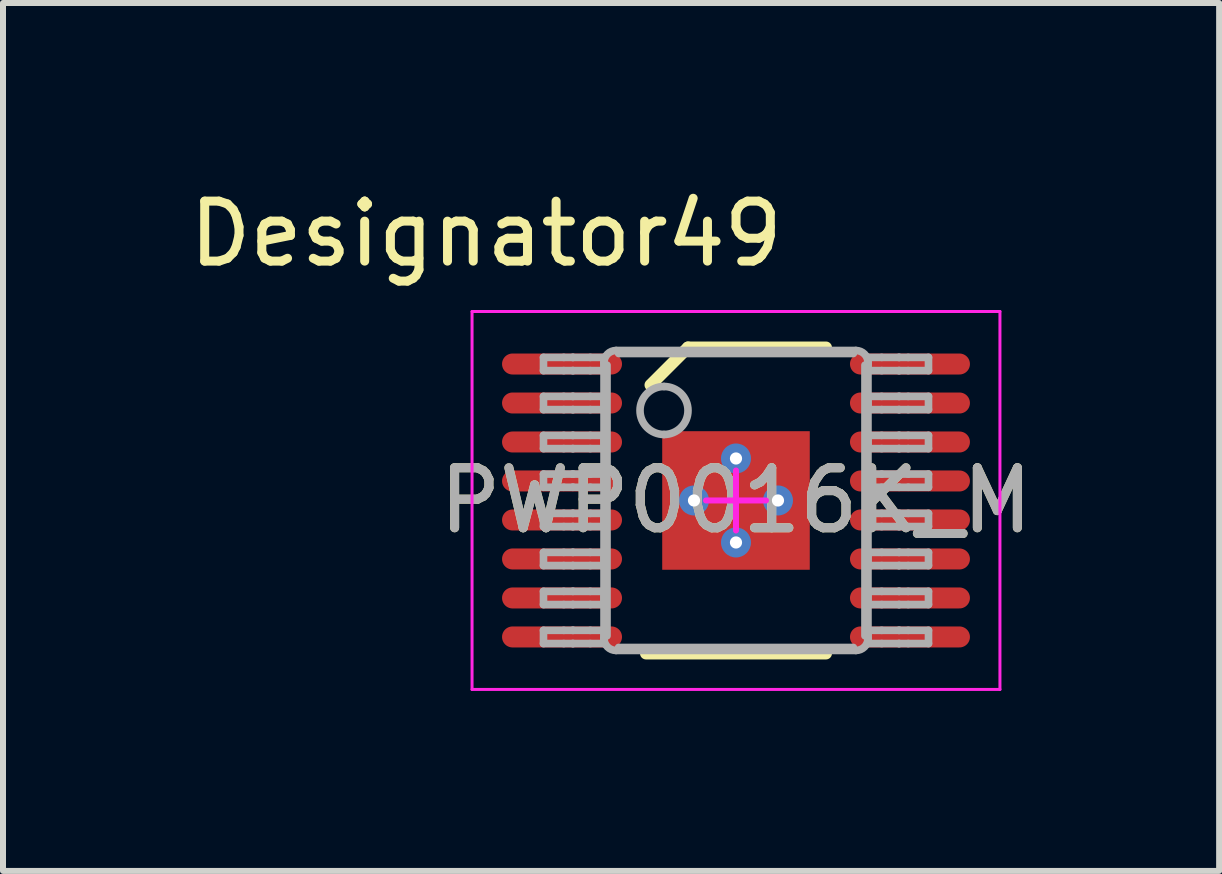
<source format=kicad_pcb>
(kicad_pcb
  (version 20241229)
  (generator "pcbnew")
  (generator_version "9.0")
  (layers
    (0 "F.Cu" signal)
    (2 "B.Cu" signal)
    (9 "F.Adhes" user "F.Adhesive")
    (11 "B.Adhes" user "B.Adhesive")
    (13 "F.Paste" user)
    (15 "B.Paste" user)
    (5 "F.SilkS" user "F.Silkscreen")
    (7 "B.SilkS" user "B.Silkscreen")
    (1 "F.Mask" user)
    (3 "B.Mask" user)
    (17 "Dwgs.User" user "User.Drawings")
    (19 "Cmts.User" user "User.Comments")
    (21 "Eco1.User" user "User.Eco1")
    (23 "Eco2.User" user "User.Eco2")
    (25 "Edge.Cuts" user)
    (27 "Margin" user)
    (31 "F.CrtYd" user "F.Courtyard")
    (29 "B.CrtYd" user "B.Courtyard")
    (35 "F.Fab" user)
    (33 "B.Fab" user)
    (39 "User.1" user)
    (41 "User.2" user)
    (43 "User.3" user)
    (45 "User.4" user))
  (footprint "PWP0016K_M"
    (layer "F.Cu")
    (at 9.219 5.293)
    (property "Reference" "PWP0016K_M" (at 0 0 0) (unlocked yes) (layer "F.SilkS") (effects (font (size 1 1) (thickness 0.15))))
    (attr smd)
    (fp_line (start -1.5 2.55) (end 1.5 2.55) (stroke (width 0.2) (type solid)) (layer "F.SilkS"))
    (fp_line (start -1.425 -1.925) (end -0.8 -2.55) (stroke (width 0.2) (type solid)) (layer "F.SilkS"))
    (fp_line (start -0.8 -2.55) (end 1.5 -2.55) (stroke (width 0.2) (type solid)) (layer "F.SilkS"))
    (fp_line (start -4.4 -3.15) (end 4.4 -3.15) (stroke (width 0.05) (type solid)) (layer "F.CrtYd"))
    (fp_line (start -4.4 3.15) (end -4.4 -3.15) (stroke (width 0.05) (type solid)) (layer "F.CrtYd"))
    (fp_line (start -4.4 3.15) (end 4.4 3.15) (stroke (width 0.05) (type solid)) (layer "F.CrtYd"))
    (fp_line (start -0.5 0.000003) (end 0.5 0.000003) (stroke (width 0.1) (type solid)) (layer "F.CrtYd"))
    (fp_line (start 0 0.5) (end 0 -0.5) (stroke (width 0.1) (type solid)) (layer "F.CrtYd"))
    (fp_line (start 4.4 3.15) (end 4.4 -3.15) (stroke (width 0.05) (type solid)) (layer "F.CrtYd"))
    (fp_line (start -3.209 -2.385) (end -2.871 -2.385) (stroke (width 0.127) (type solid)) (layer "F.Fab"))
    (fp_line (start -3.209 -2.165) (end -3.209 -2.385) (stroke (width 0.127) (type solid)) (layer "F.Fab"))
    (fp_line (start -3.209 -2.165) (end -2.871 -2.165) (stroke (width 0.127) (type solid)) (layer "F.Fab"))
    (fp_line (start -3.209 -1.735) (end -2.871 -1.735) (stroke (width 0.127) (type solid)) (layer "F.Fab"))
    (fp_line (start -3.209 -1.515) (end -3.209 -1.735) (stroke (width 0.127) (type solid)) (layer "F.Fab"))
    (fp_line (start -3.209 -1.515) (end -2.871 -1.515) (stroke (width 0.127) (type solid)) (layer "F.Fab"))
    (fp_line (start -3.209 -1.085) (end -2.871 -1.085) (stroke (width 0.127) (type solid)) (layer "F.Fab"))
    (fp_line (start -3.209 -0.865) (end -3.209 -1.085) (stroke (width 0.127) (type solid)) (layer "F.Fab"))
    (fp_line (start -3.209 -0.865) (end -2.871 -0.865) (stroke (width 0.127) (type solid)) (layer "F.Fab"))
    (fp_line (start -3.209 -0.44) (end -2.871 -0.44) (stroke (width 0.127) (type solid)) (layer "F.Fab"))
    (fp_line (start -3.209 -0.22) (end -3.209 -0.44) (stroke (width 0.127) (type solid)) (layer "F.Fab"))
    (fp_line (start -3.209 -0.22) (end -2.871 -0.22) (stroke (width 0.127) (type solid)) (layer "F.Fab"))
    (fp_line (start -3.209 0.215) (end -2.871 0.215) (stroke (width 0.127) (type solid)) (layer "F.Fab"))
    (fp_line (start -3.209 0.435) (end -3.209 0.215) (stroke (width 0.127) (type solid)) (layer "F.Fab"))
    (fp_line (start -3.209 0.435) (end -2.871 0.435) (stroke (width 0.127) (type solid)) (layer "F.Fab"))
    (fp_line (start -3.209 0.865) (end -2.871 0.865) (stroke (width 0.127) (type solid)) (layer "F.Fab"))
    (fp_line (start -3.209 1.085) (end -3.209 0.865) (stroke (width 0.127) (type solid)) (layer "F.Fab"))
    (fp_line (start -3.209 1.085) (end -2.871 1.085) (stroke (width 0.127) (type solid)) (layer "F.Fab"))
    (fp_line (start -3.209 1.515) (end -2.871 1.515) (stroke (width 0.127) (type solid)) (layer "F.Fab"))
    (fp_line (start -3.209 1.735) (end -3.209 1.515) (stroke (width 0.127) (type solid)) (layer "F.Fab"))
    (fp_line (start -3.209 1.735) (end -2.871 1.735) (stroke (width 0.127) (type solid)) (layer "F.Fab"))
    (fp_line (start -3.209 2.165) (end -2.871 2.165) (stroke (width 0.127) (type solid)) (layer "F.Fab"))
    (fp_line (start -3.209 2.385) (end -3.209 2.165) (stroke (width 0.127) (type solid)) (layer "F.Fab"))
    (fp_line (start -3.209 2.385) (end -2.871 2.385) (stroke (width 0.127) (type solid)) (layer "F.Fab"))
    (fp_line (start -2.871 -2.385) (end -2.723 -2.385) (stroke (width 0.127) (type solid)) (layer "F.Fab"))
    (fp_line (start -2.871 -2.165) (end -2.723 -2.165) (stroke (width 0.127) (type solid)) (layer "F.Fab"))
    (fp_line (start -2.871 -1.735) (end -2.723 -1.735) (stroke (width 0.127) (type solid)) (layer "F.Fab"))
    (fp_line (start -2.871 -1.515) (end -2.723 -1.515) (stroke (width 0.127) (type solid)) (layer "F.Fab"))
    (fp_line (start -2.871 -1.085) (end -2.723 -1.085) (stroke (width 0.127) (type solid)) (layer "F.Fab"))
    (fp_line (start -2.871 -0.865) (end -2.723 -0.865) (stroke (width 0.127) (type solid)) (layer "F.Fab"))
    (fp_line (start -2.871 -0.44) (end -2.723 -0.44) (stroke (width 0.127) (type solid)) (layer "F.Fab"))
    (fp_line (start -2.871 -0.22) (end -2.723 -0.22) (stroke (width 0.127) (type solid)) (layer "F.Fab"))
    (fp_line (start -2.871 0.215) (end -2.723 0.215) (stroke (width 0.127) (type solid)) (layer "F.Fab"))
    (fp_line (start -2.871 0.435) (end -2.723 0.435) (stroke (width 0.127) (type solid)) (layer "F.Fab"))
    (fp_line (start -2.871 0.865) (end -2.723 0.865) (stroke (width 0.127) (type solid)) (layer "F.Fab"))
    (fp_line (start -2.871 1.085) (end -2.723 1.085) (stroke (width 0.127) (type solid)) (layer "F.Fab"))
    (fp_line (start -2.871 1.515) (end -2.723 1.515) (stroke (width 0.127) (type solid)) (layer "F.Fab"))
    (fp_line (start -2.871 1.735) (end -2.723 1.735) (stroke (width 0.127) (type solid)) (layer "F.Fab"))
    (fp_line (start -2.871 2.165) (end -2.723 2.165) (stroke (width 0.127) (type solid)) (layer "F.Fab"))
    (fp_line (start -2.871 2.385) (end -2.723 2.385) (stroke (width 0.127) (type solid)) (layer "F.Fab"))
    (fp_line (start -2.723 -2.385) (end -2.714 -2.385) (stroke (width 0.127) (type solid)) (layer "F.Fab"))
    (fp_line (start -2.723 -2.165) (end -2.714 -2.165) (stroke (width 0.127) (type solid)) (layer "F.Fab"))
    (fp_line (start -2.723 -1.735) (end -2.714 -1.735) (stroke (width 0.127) (type solid)) (layer "F.Fab"))
    (fp_line (start -2.723 -1.515) (end -2.714 -1.515) (stroke (width 0.127) (type solid)) (layer "F.Fab"))
    (fp_line (start -2.723 -1.085) (end -2.714 -1.085) (stroke (width 0.127) (type solid)) (layer "F.Fab"))
    (fp_line (start -2.723 -0.865) (end -2.714 -0.865) (stroke (width 0.127) (type solid)) (layer "F.Fab"))
    (fp_line (start -2.723 -0.44) (end -2.714 -0.44) (stroke (width 0.127) (type solid)) (layer "F.Fab"))
    (fp_line (start -2.723 -0.22) (end -2.714 -0.22) (stroke (width 0.127) (type solid)) (layer "F.Fab"))
    (fp_line (start -2.723 0.215) (end -2.714 0.215) (stroke (width 0.127) (type solid)) (layer "F.Fab"))
    (fp_line (start -2.723 0.435) (end -2.714 0.435) (stroke (width 0.127) (type solid)) (layer "F.Fab"))
    (fp_line (start -2.723 0.865) (end -2.714 0.865) (stroke (width 0.127) (type solid)) (layer "F.Fab"))
    (fp_line (start -2.723 1.085) (end -2.714 1.085) (stroke (width 0.127) (type solid)) (layer "F.Fab"))
    (fp_line (start -2.723 1.515) (end -2.714 1.515) (stroke (width 0.127) (type solid)) (layer "F.Fab"))
    (fp_line (start -2.723 1.735) (end -2.714 1.735) (stroke (width 0.127) (type solid)) (layer "F.Fab"))
    (fp_line (start -2.723 2.165) (end -2.714 2.165) (stroke (width 0.127) (type solid)) (layer "F.Fab"))
    (fp_line (start -2.723 2.385) (end -2.714 2.385) (stroke (width 0.127) (type solid)) (layer "F.Fab"))
    (fp_line (start -2.714 -2.385) (end -2.429 -2.385) (stroke (width 0.127) (type solid)) (layer "F.Fab"))
    (fp_line (start -2.714 -2.165) (end -2.429 -2.165) (stroke (width 0.127) (type solid)) (layer "F.Fab"))
    (fp_line (start -2.714 -1.735) (end -2.429 -1.735) (stroke (width 0.127) (type solid)) (layer "F.Fab"))
    (fp_line (start -2.714 -1.515) (end -2.429 -1.515) (stroke (width 0.127) (type solid)) (layer "F.Fab"))
    (fp_line (start -2.714 -1.085) (end -2.429 -1.085) (stroke (width 0.127) (type solid)) (layer "F.Fab"))
    (fp_line (start -2.714 -0.865) (end -2.429 -0.865) (stroke (width 0.127) (type solid)) (layer "F.Fab"))
    (fp_line (start -2.714 -0.44) (end -2.429 -0.44) (stroke (width 0.127) (type solid)) (layer "F.Fab"))
    (fp_line (start -2.714 -0.22) (end -2.429 -0.22) (stroke (width 0.127) (type solid)) (layer "F.Fab"))
    (fp_line (start -2.714 0.215) (end -2.429 0.215) (stroke (width 0.127) (type solid)) (layer "F.Fab"))
    (fp_line (start -2.714 0.435) (end -2.429 0.435) (stroke (width 0.127) (type solid)) (layer "F.Fab"))
    (fp_line (start -2.714 0.865) (end -2.429 0.865) (stroke (width 0.127) (type solid)) (layer "F.Fab"))
    (fp_line (start -2.714 1.085) (end -2.429 1.085) (stroke (width 0.127) (type solid)) (layer "F.Fab"))
    (fp_line (start -2.714 1.515) (end -2.429 1.515) (stroke (width 0.127) (type solid)) (layer "F.Fab"))
    (fp_line (start -2.714 1.735) (end -2.429 1.735) (stroke (width 0.127) (type solid)) (layer "F.Fab"))
    (fp_line (start -2.714 2.165) (end -2.429 2.165) (stroke (width 0.127) (type solid)) (layer "F.Fab"))
    (fp_line (start -2.714 2.385) (end -2.429 2.385) (stroke (width 0.127) (type solid)) (layer "F.Fab"))
    (fp_line (start -2.429 -2.385) (end -2.2 -2.385) (stroke (width 0.127) (type solid)) (layer "F.Fab"))
    (fp_line (start -2.429 -2.165) (end -2.2 -2.165) (stroke (width 0.127) (type solid)) (layer "F.Fab"))
    (fp_line (start -2.429 -1.735) (end -2.2 -1.735) (stroke (width 0.127) (type solid)) (layer "F.Fab"))
    (fp_line (start -2.429 -1.515) (end -2.2 -1.515) (stroke (width 0.127) (type solid)) (layer "F.Fab"))
    (fp_line (start -2.429 -1.085) (end -2.2 -1.085) (stroke (width 0.127) (type solid)) (layer "F.Fab"))
    (fp_line (start -2.429 -0.865) (end -2.2 -0.865) (stroke (width 0.127) (type solid)) (layer "F.Fab"))
    (fp_line (start -2.429 -0.44) (end -2.2 -0.44) (stroke (width 0.127) (type solid)) (layer "F.Fab"))
    (fp_line (start -2.429 -0.22) (end -2.2 -0.22) (stroke (width 0.127) (type solid)) (layer "F.Fab"))
    (fp_line (start -2.429 0.215) (end -2.2 0.215) (stroke (width 0.127) (type solid)) (layer "F.Fab"))
    (fp_line (start -2.429 0.435) (end -2.2 0.435) (stroke (width 0.127) (type solid)) (layer "F.Fab"))
    (fp_line (start -2.429 0.865) (end -2.2 0.865) (stroke (width 0.127) (type solid)) (layer "F.Fab"))
    (fp_line (start -2.429 1.085) (end -2.2 1.085) (stroke (width 0.127) (type solid)) (layer "F.Fab"))
    (fp_line (start -2.429 1.515) (end -2.2 1.515) (stroke (width 0.127) (type solid)) (layer "F.Fab"))
    (fp_line (start -2.429 1.735) (end -2.2 1.735) (stroke (width 0.127) (type solid)) (layer "F.Fab"))
    (fp_line (start -2.429 2.165) (end -2.2 2.165) (stroke (width 0.127) (type solid)) (layer "F.Fab"))
    (fp_line (start -2.429 2.385) (end -2.2 2.385) (stroke (width 0.127) (type solid)) (layer "F.Fab"))
    (fp_line (start -2.2 -2.165) (end -2.2 -2.385) (stroke (width 0.127) (type solid)) (layer "F.Fab"))
    (fp_line (start -2.2 -1.515) (end -2.2 -1.735) (stroke (width 0.127) (type solid)) (layer "F.Fab"))
    (fp_line (start -2.2 -0.865) (end -2.2 -1.085) (stroke (width 0.127) (type solid)) (layer "F.Fab"))
    (fp_line (start -2.2 -0.22) (end -2.2 -0.44) (stroke (width 0.127) (type solid)) (layer "F.Fab"))
    (fp_line (start -2.2 0.435) (end -2.2 0.215) (stroke (width 0.127) (type solid)) (layer "F.Fab"))
    (fp_line (start -2.2 1.085) (end -2.2 0.865) (stroke (width 0.127) (type solid)) (layer "F.Fab"))
    (fp_line (start -2.2 1.735) (end -2.2 1.515) (stroke (width 0.127) (type solid)) (layer "F.Fab"))
    (fp_line (start -2.2 2.3) (end -2.2 -2.3) (stroke (width 0.127) (type solid)) (layer "F.Fab"))
    (fp_line (start -2.2 2.385) (end -2.2 2.165) (stroke (width 0.127) (type solid)) (layer "F.Fab"))
    (fp_line (start -2.15 2.256) (end -2.15 -2.256) (stroke (width 0.127) (type solid)) (layer "F.Fab"))
    (fp_line (start -2 -2.5) (end 2 -2.5) (stroke (width 0.127) (type solid)) (layer "F.Fab"))
    (fp_line (start -2 2.5) (end 2 2.5) (stroke (width 0.127) (type solid)) (layer "F.Fab"))
    (fp_line (start -1.956 -2.45) (end 1.956 -2.45) (stroke (width 0.127) (type solid)) (layer "F.Fab"))
    (fp_line (start -1.956 2.45) (end 1.956 2.45) (stroke (width 0.127) (type solid)) (layer "F.Fab"))
    (fp_line (start 2.15 2.256) (end 2.15 -2.256) (stroke (width 0.127) (type solid)) (layer "F.Fab"))
    (fp_line (start 2.2 -2.385) (end 2.429 -2.385) (stroke (width 0.127) (type solid)) (layer "F.Fab"))
    (fp_line (start 2.2 -2.165) (end 2.2 -2.385) (stroke (width 0.127) (type solid)) (layer "F.Fab"))
    (fp_line (start 2.2 -2.165) (end 2.429 -2.165) (stroke (width 0.127) (type solid)) (layer "F.Fab"))
    (fp_line (start 2.2 -1.735) (end 2.429 -1.735) (stroke (width 0.127) (type solid)) (layer "F.Fab"))
    (fp_line (start 2.2 -1.515) (end 2.2 -1.735) (stroke (width 0.127) (type solid)) (layer "F.Fab"))
    (fp_line (start 2.2 -1.515) (end 2.429 -1.515) (stroke (width 0.127) (type solid)) (layer "F.Fab"))
    (fp_line (start 2.2 -1.085) (end 2.429 -1.085) (stroke (width 0.127) (type solid)) (layer "F.Fab"))
    (fp_line (start 2.2 -0.865) (end 2.2 -1.085) (stroke (width 0.127) (type solid)) (layer "F.Fab"))
    (fp_line (start 2.2 -0.865) (end 2.429 -0.865) (stroke (width 0.127) (type solid)) (layer "F.Fab"))
    (fp_line (start 2.2 -0.44) (end 2.429 -0.44) (stroke (width 0.127) (type solid)) (layer "F.Fab"))
    (fp_line (start 2.2 -0.22) (end 2.2 -0.44) (stroke (width 0.127) (type solid)) (layer "F.Fab"))
    (fp_line (start 2.2 -0.22) (end 2.429 -0.22) (stroke (width 0.127) (type solid)) (layer "F.Fab"))
    (fp_line (start 2.2 0.215) (end 2.429 0.215) (stroke (width 0.127) (type solid)) (layer "F.Fab"))
    (fp_line (start 2.2 0.435) (end 2.2 0.215) (stroke (width 0.127) (type solid)) (layer "F.Fab"))
    (fp_line (start 2.2 0.435) (end 2.429 0.435) (stroke (width 0.127) (type solid)) (layer "F.Fab"))
    (fp_line (start 2.2 0.865) (end 2.429 0.865) (stroke (width 0.127) (type solid)) (layer "F.Fab"))
    (fp_line (start 2.2 1.085) (end 2.2 0.865) (stroke (width 0.127) (type solid)) (layer "F.Fab"))
    (fp_line (start 2.2 1.085) (end 2.429 1.085) (stroke (width 0.127) (type solid)) (layer "F.Fab"))
    (fp_line (start 2.2 1.515) (end 2.429 1.515) (stroke (width 0.127) (type solid)) (layer "F.Fab"))
    (fp_line (start 2.2 1.735) (end 2.2 1.515) (stroke (width 0.127) (type solid)) (layer "F.Fab"))
    (fp_line (start 2.2 1.735) (end 2.429 1.735) (stroke (width 0.127) (type solid)) (layer "F.Fab"))
    (fp_line (start 2.2 2.165) (end 2.429 2.165) (stroke (width 0.127) (type solid)) (layer "F.Fab"))
    (fp_line (start 2.2 2.3) (end 2.2 -2.3) (stroke (width 0.127) (type solid)) (layer "F.Fab"))
    (fp_line (start 2.2 2.385) (end 2.2 2.165) (stroke (width 0.127) (type solid)) (layer "F.Fab"))
    (fp_line (start 2.2 2.385) (end 2.429 2.385) (stroke (width 0.127) (type solid)) (layer "F.Fab"))
    (fp_line (start 2.429 -2.385) (end 2.714 -2.385) (stroke (width 0.127) (type solid)) (layer "F.Fab"))
    (fp_line (start 2.429 -2.165) (end 2.714 -2.165) (stroke (width 0.127) (type solid)) (layer "F.Fab"))
    (fp_line (start 2.429 -1.735) (end 2.714 -1.735) (stroke (width 0.127) (type solid)) (layer "F.Fab"))
    (fp_line (start 2.429 -1.515) (end 2.714 -1.515) (stroke (width 0.127) (type solid)) (layer "F.Fab"))
    (fp_line (start 2.429 -1.085) (end 2.714 -1.085) (stroke (width 0.127) (type solid)) (layer "F.Fab"))
    (fp_line (start 2.429 -0.865) (end 2.714 -0.865) (stroke (width 0.127) (type solid)) (layer "F.Fab"))
    (fp_line (start 2.429 -0.44) (end 2.714 -0.44) (stroke (width 0.127) (type solid)) (layer "F.Fab"))
    (fp_line (start 2.429 -0.22) (end 2.714 -0.22) (stroke (width 0.127) (type solid)) (layer "F.Fab"))
    (fp_line (start 2.429 0.215) (end 2.714 0.215) (stroke (width 0.127) (type solid)) (layer "F.Fab"))
    (fp_line (start 2.429 0.435) (end 2.714 0.435) (stroke (width 0.127) (type solid)) (layer "F.Fab"))
    (fp_line (start 2.429 0.865) (end 2.714 0.865) (stroke (width 0.127) (type solid)) (layer "F.Fab"))
    (fp_line (start 2.429 1.085) (end 2.714 1.085) (stroke (width 0.127) (type solid)) (layer "F.Fab"))
    (fp_line (start 2.429 1.515) (end 2.714 1.515) (stroke (width 0.127) (type solid)) (layer "F.Fab"))
    (fp_line (start 2.429 1.735) (end 2.714 1.735) (stroke (width 0.127) (type solid)) (layer "F.Fab"))
    (fp_line (start 2.429 2.165) (end 2.714 2.165) (stroke (width 0.127) (type solid)) (layer "F.Fab"))
    (fp_line (start 2.429 2.385) (end 2.714 2.385) (stroke (width 0.127) (type solid)) (layer "F.Fab"))
    (fp_line (start 2.714 -2.385) (end 2.723 -2.385) (stroke (width 0.127) (type solid)) (layer "F.Fab"))
    (fp_line (start 2.714 -2.165) (end 2.723 -2.165) (stroke (width 0.127) (type solid)) (layer "F.Fab"))
    (fp_line (start 2.714 -1.735) (end 2.723 -1.735) (stroke (width 0.127) (type solid)) (layer "F.Fab"))
    (fp_line (start 2.714 -1.515) (end 2.723 -1.515) (stroke (width 0.127) (type solid)) (layer "F.Fab"))
    (fp_line (start 2.714 -1.085) (end 2.723 -1.085) (stroke (width 0.127) (type solid)) (layer "F.Fab"))
    (fp_line (start 2.714 -0.865) (end 2.723 -0.865) (stroke (width 0.127) (type solid)) (layer "F.Fab"))
    (fp_line (start 2.714 -0.44) (end 2.723 -0.44) (stroke (width 0.127) (type solid)) (layer "F.Fab"))
    (fp_line (start 2.714 -0.22) (end 2.723 -0.22) (stroke (width 0.127) (type solid)) (layer "F.Fab"))
    (fp_line (start 2.714 0.215) (end 2.723 0.215) (stroke (width 0.127) (type solid)) (layer "F.Fab"))
    (fp_line (start 2.714 0.435) (end 2.723 0.435) (stroke (width 0.127) (type solid)) (layer "F.Fab"))
    (fp_line (start 2.714 0.865) (end 2.723 0.865) (stroke (width 0.127) (type solid)) (layer "F.Fab"))
    (fp_line (start 2.714 1.085) (end 2.723 1.085) (stroke (width 0.127) (type solid)) (layer "F.Fab"))
    (fp_line (start 2.714 1.515) (end 2.723 1.515) (stroke (width 0.127) (type solid)) (layer "F.Fab"))
    (fp_line (start 2.714 1.735) (end 2.723 1.735) (stroke (width 0.127) (type solid)) (layer "F.Fab"))
    (fp_line (start 2.714 2.165) (end 2.723 2.165) (stroke (width 0.127) (type solid)) (layer "F.Fab"))
    (fp_line (start 2.714 2.385) (end 2.723 2.385) (stroke (width 0.127) (type solid)) (layer "F.Fab"))
    (fp_line (start 2.723 -2.385) (end 2.871 -2.385) (stroke (width 0.127) (type solid)) (layer "F.Fab"))
    (fp_line (start 2.723 -2.165) (end 2.871 -2.165) (stroke (width 0.127) (type solid)) (layer "F.Fab"))
    (fp_line (start 2.723 -1.735) (end 2.871 -1.735) (stroke (width 0.127) (type solid)) (layer "F.Fab"))
    (fp_line (start 2.723 -1.515) (end 2.871 -1.515) (stroke (width 0.127) (type solid)) (layer "F.Fab"))
    (fp_line (start 2.723 -1.085) (end 2.871 -1.085) (stroke (width 0.127) (type solid)) (layer "F.Fab"))
    (fp_line (start 2.723 -0.865) (end 2.871 -0.865) (stroke (width 0.127) (type solid)) (layer "F.Fab"))
    (fp_line (start 2.723 -0.44) (end 2.871 -0.44) (stroke (width 0.127) (type solid)) (layer "F.Fab"))
    (fp_line (start 2.723 -0.22) (end 2.871 -0.22) (stroke (width 0.127) (type solid)) (layer "F.Fab"))
    (fp_line (start 2.723 0.215) (end 2.871 0.215) (stroke (width 0.127) (type solid)) (layer "F.Fab"))
    (fp_line (start 2.723 0.435) (end 2.871 0.435) (stroke (width 0.127) (type solid)) (layer "F.Fab"))
    (fp_line (start 2.723 0.865) (end 2.871 0.865) (stroke (width 0.127) (type solid)) (layer "F.Fab"))
    (fp_line (start 2.723 1.085) (end 2.871 1.085) (stroke (width 0.127) (type solid)) (layer "F.Fab"))
    (fp_line (start 2.723 1.515) (end 2.871 1.515) (stroke (width 0.127) (type solid)) (layer "F.Fab"))
    (fp_line (start 2.723 1.735) (end 2.871 1.735) (stroke (width 0.127) (type solid)) (layer "F.Fab"))
    (fp_line (start 2.723 2.165) (end 2.871 2.165) (stroke (width 0.127) (type solid)) (layer "F.Fab"))
    (fp_line (start 2.723 2.385) (end 2.871 2.385) (stroke (width 0.127) (type solid)) (layer "F.Fab"))
    (fp_line (start 2.871 -2.385) (end 3.209 -2.385) (stroke (width 0.127) (type solid)) (layer "F.Fab"))
    (fp_line (start 2.871 -2.165) (end 3.209 -2.165) (stroke (width 0.127) (type solid)) (layer "F.Fab"))
    (fp_line (start 2.871 -1.735) (end 3.209 -1.735) (stroke (width 0.127) (type solid)) (layer "F.Fab"))
    (fp_line (start 2.871 -1.515) (end 3.209 -1.515) (stroke (width 0.127) (type solid)) (layer "F.Fab"))
    (fp_line (start 2.871 -1.085) (end 3.209 -1.085) (stroke (width 0.127) (type solid)) (layer "F.Fab"))
    (fp_line (start 2.871 -0.865) (end 3.209 -0.865) (stroke (width 0.127) (type solid)) (layer "F.Fab"))
    (fp_line (start 2.871 -0.44) (end 3.209 -0.44) (stroke (width 0.127) (type solid)) (layer "F.Fab"))
    (fp_line (start 2.871 -0.22) (end 3.209 -0.22) (stroke (width 0.127) (type solid)) (layer "F.Fab"))
    (fp_line (start 2.871 0.215) (end 3.209 0.215) (stroke (width 0.127) (type solid)) (layer "F.Fab"))
    (fp_line (start 2.871 0.435) (end 3.209 0.435) (stroke (width 0.127) (type solid)) (layer "F.Fab"))
    (fp_line (start 2.871 0.865) (end 3.209 0.865) (stroke (width 0.127) (type solid)) (layer "F.Fab"))
    (fp_line (start 2.871 1.085) (end 3.209 1.085) (stroke (width 0.127) (type solid)) (layer "F.Fab"))
    (fp_line (start 2.871 1.515) (end 3.209 1.515) (stroke (width 0.127) (type solid)) (layer "F.Fab"))
    (fp_line (start 2.871 1.735) (end 3.209 1.735) (stroke (width 0.127) (type solid)) (layer "F.Fab"))
    (fp_line (start 2.871 2.165) (end 3.209 2.165) (stroke (width 0.127) (type solid)) (layer "F.Fab"))
    (fp_line (start 2.871 2.385) (end 3.209 2.385) (stroke (width 0.127) (type solid)) (layer "F.Fab"))
    (fp_line (start 3.209 -2.165) (end 3.209 -2.385) (stroke (width 0.127) (type solid)) (layer "F.Fab"))
    (fp_line (start 3.209 -1.515) (end 3.209 -1.735) (stroke (width 0.127) (type solid)) (layer "F.Fab"))
    (fp_line (start 3.209 -0.865) (end 3.209 -1.085) (stroke (width 0.127) (type solid)) (layer "F.Fab"))
    (fp_line (start 3.209 -0.22) (end 3.209 -0.44) (stroke (width 0.127) (type solid)) (layer "F.Fab"))
    (fp_line (start 3.209 0.435) (end 3.209 0.215) (stroke (width 0.127) (type solid)) (layer "F.Fab"))
    (fp_line (start 3.209 1.085) (end 3.209 0.865) (stroke (width 0.127) (type solid)) (layer "F.Fab"))
    (fp_line (start 3.209 1.735) (end 3.209 1.515) (stroke (width 0.127) (type solid)) (layer "F.Fab"))
    (fp_line (start 3.209 2.385) (end 3.209 2.165) (stroke (width 0.127) (type solid)) (layer "F.Fab"))
    (fp_arc (start -2.200001 -2.300015) (mid -2.141422 -2.441437) (end -2.000001 -2.500015) (stroke (width 0.127) (type solid)) (layer "F.Fab"))
    (fp_arc (start -2.000001 2.5) (mid -2.141422 2.441422) (end -2.200001 2.3) (stroke (width 0.127) (type solid)) (layer "F.Fab"))
    (fp_arc (start -1.200003 -1.900017) (mid -0.800003 -1.500017) (end -1.200003 -1.100018) (stroke (width 0.127) (type solid)) (layer "F.Fab"))
    (fp_arc (start -1.200003 -1.100018) (mid -1.600002 -1.500017) (end -1.200003 -1.900017) (stroke (width 0.127) (type solid)) (layer "F.Fab"))
    (fp_arc (start 1.999991 -2.500015) (mid 2.141412 -2.441437) (end 2.199991 -2.300016) (stroke (width 0.127) (type solid)) (layer "F.Fab"))
    (fp_arc (start 2.199991 2.3) (mid 2.141412 2.441422) (end 1.999991 2.5) (stroke (width 0.127) (type solid)) (layer "F.Fab"))
    (fp_text user "Designator49" (at -4.166 -4.445 0) (unlocked yes) (layer "F.SilkS") (effects (font (size 1 1) (thickness 0.15))))
    (fp_text user "${REFERENCE}" (at 0 0 0) (unlocked yes) (layer "F.Fab") (effects (font (size 1 1) (thickness 0.15))))
    (pad "1" smd oval (at -2.9 -2.275 90) (size 0.35 2) (layers "F.Cu" "F.Mask" "F.Paste"))
    (pad "2" smd oval (at -2.9 -1.625 90) (size 0.35 2) (layers "F.Cu" "F.Mask" "F.Paste"))
    (pad "3" smd oval (at -2.9 -0.975 90) (size 0.35 2) (layers "F.Cu" "F.Mask" "F.Paste"))
    (pad "4" smd oval (at -2.9 -0.325 90) (size 0.35 2) (layers "F.Cu" "F.Mask" "F.Paste"))
    (pad "5" smd oval (at -2.9 0.325 90) (size 0.35 2) (layers "F.Cu" "F.Mask" "F.Paste"))
    (pad "6" smd oval (at -2.9 0.975 90) (size 0.35 2) (layers "F.Cu" "F.Mask" "F.Paste"))
    (pad "7" smd oval (at -2.9 1.625 90) (size 0.35 2) (layers "F.Cu" "F.Mask" "F.Paste"))
    (pad "8" smd oval (at -2.9 2.275 90) (size 0.35 2) (layers "F.Cu" "F.Mask" "F.Paste"))
    (pad "9" smd oval (at 2.9 2.275 90) (size 0.35 2) (layers "F.Cu" "F.Mask" "F.Paste"))
    (pad "10" smd oval (at 2.9 1.625 90) (size 0.35 2) (layers "F.Cu" "F.Mask" "F.Paste"))
    (pad "11" smd oval (at 2.9 0.975 90) (size 0.35 2) (layers "F.Cu" "F.Mask" "F.Paste"))
    (pad "12" smd oval (at 2.9 0.325 90) (size 0.35 2) (layers "F.Cu" "F.Mask" "F.Paste"))
    (pad "13" smd oval (at 2.9 -0.325 90) (size 0.35 2) (layers "F.Cu" "F.Mask" "F.Paste"))
    (pad "14" smd oval (at 2.9 -0.975 90) (size 0.35 2) (layers "F.Cu" "F.Mask" "F.Paste"))
    (pad "15" smd oval (at 2.9 -1.625 90) (size 0.35 2) (layers "F.Cu" "F.Mask" "F.Paste"))
    (pad "16" smd oval (at 2.9 -2.275 90) (size 0.35 2) (layers "F.Cu" "F.Mask" "F.Paste"))
    (pad "17" smd rect (at 0 0) (size 2.46 2.31) (layers "F.Cu" "F.Mask" "F.Paste"))
    (pad "V" thru_hole circle (at -0.7 0) (size 0.5 0.5) (drill 0.203) (layers "*.Cu" "*.Mask"))
    (pad "V" thru_hole circle (at 0 -0.7) (size 0.5 0.5) (drill 0.203) (layers "*.Cu" "*.Mask"))
    (pad "V" thru_hole circle (at 0 0.7) (size 0.5 0.5) (drill 0.203) (layers "*.Cu" "*.Mask"))
    (pad "V" thru_hole circle (at 0.7 0) (size 0.5 0.5) (drill 0.203) (layers "*.Cu" "*.Mask")))
  (gr_rect
    (start -3 -3)
    (end 17.273 11.468)
    (stroke (width 0.1) (type default))
    (fill no)
    (layer "Edge.Cuts")))
</source>
